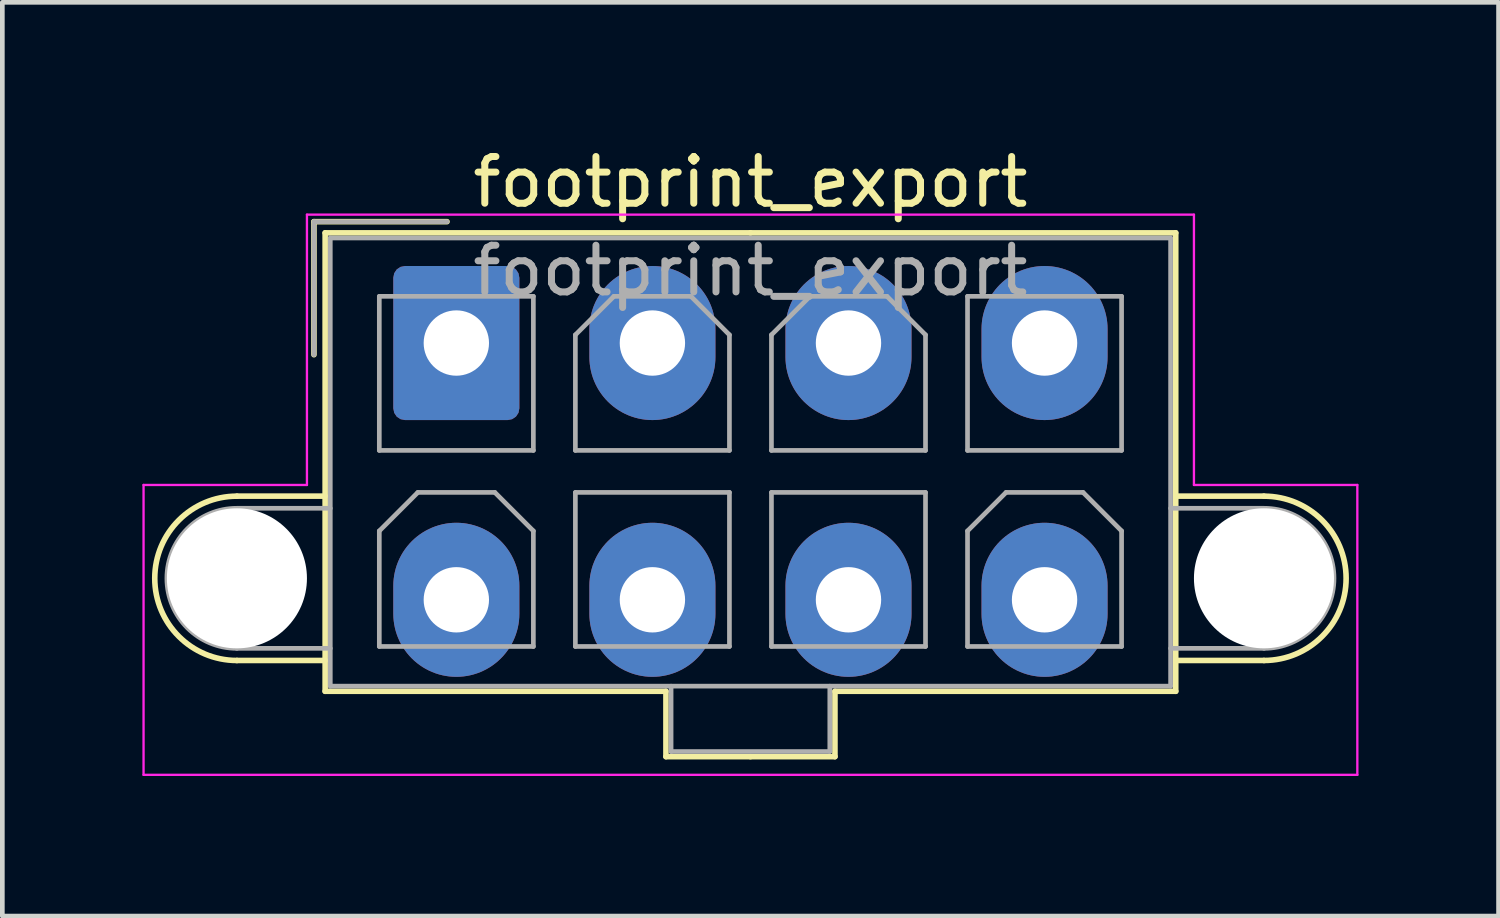
<source format=kicad_pcb>
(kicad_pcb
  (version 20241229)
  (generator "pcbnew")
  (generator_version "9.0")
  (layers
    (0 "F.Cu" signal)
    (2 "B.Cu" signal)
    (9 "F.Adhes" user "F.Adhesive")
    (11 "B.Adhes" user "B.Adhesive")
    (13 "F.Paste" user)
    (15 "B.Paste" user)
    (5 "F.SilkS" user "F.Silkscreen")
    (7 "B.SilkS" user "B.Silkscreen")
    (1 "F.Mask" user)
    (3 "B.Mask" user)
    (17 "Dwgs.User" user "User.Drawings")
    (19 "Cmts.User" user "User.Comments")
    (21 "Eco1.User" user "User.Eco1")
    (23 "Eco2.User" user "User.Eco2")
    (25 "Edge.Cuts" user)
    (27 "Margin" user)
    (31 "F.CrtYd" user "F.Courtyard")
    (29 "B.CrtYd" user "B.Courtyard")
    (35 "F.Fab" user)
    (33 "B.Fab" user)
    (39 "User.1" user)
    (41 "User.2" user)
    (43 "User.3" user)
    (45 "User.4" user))
  (footprint "footprint_export"
    (layer "F.Cu")
    (at 6.725 4.298)
    (property "Reference" "footprint_export" (at 6.3 -3.45 0) (layer "F.SilkS") (effects (font (size 1 1) (thickness 0.15))))
    (attr through_hole)
    (fp_line (start -4.7 3.28) (end -2.81 3.28) (stroke (width 0.12) (type solid)) (layer "F.SilkS"))
    (fp_line (start -4.7 6.8) (end -2.81 6.8) (stroke (width 0.12) (type solid)) (layer "F.SilkS"))
    (fp_line (start -3.05 -2.6) (end -3.05 0.25) (stroke (width 0.12) (type solid)) (layer "F.SilkS"))
    (fp_line (start -2.81 -2.36) (end -2.81 7.46) (stroke (width 0.12) (type solid)) (layer "F.SilkS"))
    (fp_line (start -2.81 7.46) (end 4.49 7.46) (stroke (width 0.12) (type solid)) (layer "F.SilkS"))
    (fp_line (start -0.2 -2.6) (end -3.05 -2.6) (stroke (width 0.12) (type solid)) (layer "F.SilkS"))
    (fp_line (start 4.49 7.46) (end 4.49 8.86) (stroke (width 0.12) (type solid)) (layer "F.SilkS"))
    (fp_line (start 4.49 8.86) (end 6.3 8.86) (stroke (width 0.12) (type solid)) (layer "F.SilkS"))
    (fp_line (start 6.3 -2.36) (end -2.81 -2.36) (stroke (width 0.12) (type solid)) (layer "F.SilkS"))
    (fp_line (start 6.3 -2.36) (end 15.41 -2.36) (stroke (width 0.12) (type solid)) (layer "F.SilkS"))
    (fp_line (start 8.11 7.46) (end 8.11 8.86) (stroke (width 0.12) (type solid)) (layer "F.SilkS"))
    (fp_line (start 8.11 8.86) (end 6.3 8.86) (stroke (width 0.12) (type solid)) (layer "F.SilkS"))
    (fp_line (start 15.41 -2.36) (end 15.41 7.46) (stroke (width 0.12) (type solid)) (layer "F.SilkS"))
    (fp_line (start 15.41 7.46) (end 8.11 7.46) (stroke (width 0.12) (type solid)) (layer "F.SilkS"))
    (fp_line (start 17.3 3.28) (end 15.41 3.28) (stroke (width 0.12) (type solid)) (layer "F.SilkS"))
    (fp_line (start 17.3 6.8) (end 15.41 6.8) (stroke (width 0.12) (type solid)) (layer "F.SilkS"))
    (fp_arc (start -4.7 6.8) (mid -6.46 5.04) (end -4.7 3.28) (stroke (width 0.12) (type solid)) (layer "F.SilkS"))
    (fp_arc (start 17.3 3.28) (mid 19.06 5.04) (end 17.3 6.8) (stroke (width 0.12) (type solid)) (layer "F.SilkS"))
    (fp_line (start -6.7 3.04) (end -6.7 9.25) (stroke (width 0.05) (type solid)) (layer "F.CrtYd"))
    (fp_line (start -6.7 9.25) (end 19.3 9.25) (stroke (width 0.05) (type solid)) (layer "F.CrtYd"))
    (fp_line (start -3.2 -2.75) (end -3.2 3.04) (stroke (width 0.05) (type solid)) (layer "F.CrtYd"))
    (fp_line (start -3.2 3.04) (end -6.7 3.04) (stroke (width 0.05) (type solid)) (layer "F.CrtYd"))
    (fp_line (start 15.8 -2.75) (end -3.2 -2.75) (stroke (width 0.05) (type solid)) (layer "F.CrtYd"))
    (fp_line (start 15.8 3.04) (end 15.8 -2.75) (stroke (width 0.05) (type solid)) (layer "F.CrtYd"))
    (fp_line (start 19.3 3.04) (end 15.8 3.04) (stroke (width 0.05) (type solid)) (layer "F.CrtYd"))
    (fp_line (start 19.3 9.25) (end 19.3 3.04) (stroke (width 0.05) (type solid)) (layer "F.CrtYd"))
    (fp_line (start -4.7 3.54) (end -2.7 3.54) (stroke (width 0.1) (type solid)) (layer "F.Fab"))
    (fp_line (start -4.7 6.54) (end -2.7 6.54) (stroke (width 0.1) (type solid)) (layer "F.Fab"))
    (fp_line (start -3.05 -2.6) (end -3.05 0.25) (stroke (width 0.1) (type solid)) (layer "F.Fab"))
    (fp_line (start -2.7 -2.25) (end -2.7 7.35) (stroke (width 0.1) (type solid)) (layer "F.Fab"))
    (fp_line (start -2.7 7.35) (end 15.3 7.35) (stroke (width 0.1) (type solid)) (layer "F.Fab"))
    (fp_line (start -1.65 -1) (end -1.65 2.3) (stroke (width 0.1) (type solid)) (layer "F.Fab"))
    (fp_line (start -1.65 2.3) (end 1.65 2.3) (stroke (width 0.1) (type solid)) (layer "F.Fab"))
    (fp_line (start -1.65 4.025) (end -0.825 3.2) (stroke (width 0.1) (type solid)) (layer "F.Fab"))
    (fp_line (start -1.65 6.5) (end -1.65 4.025) (stroke (width 0.1) (type solid)) (layer "F.Fab"))
    (fp_line (start -0.825 3.2) (end 0.825 3.2) (stroke (width 0.1) (type solid)) (layer "F.Fab"))
    (fp_line (start -0.2 -2.6) (end -3.05 -2.6) (stroke (width 0.1) (type solid)) (layer "F.Fab"))
    (fp_line (start 0.825 3.2) (end 1.65 4.025) (stroke (width 0.1) (type solid)) (layer "F.Fab"))
    (fp_line (start 1.65 -1) (end -1.65 -1) (stroke (width 0.1) (type solid)) (layer "F.Fab"))
    (fp_line (start 1.65 2.3) (end 1.65 -1) (stroke (width 0.1) (type solid)) (layer "F.Fab"))
    (fp_line (start 1.65 4.025) (end 1.65 6.5) (stroke (width 0.1) (type solid)) (layer "F.Fab"))
    (fp_line (start 1.65 6.5) (end -1.65 6.5) (stroke (width 0.1) (type solid)) (layer "F.Fab"))
    (fp_line (start 2.55 -0.175) (end 3.375 -1) (stroke (width 0.1) (type solid)) (layer "F.Fab"))
    (fp_line (start 2.55 2.3) (end 2.55 -0.175) (stroke (width 0.1) (type solid)) (layer "F.Fab"))
    (fp_line (start 2.55 3.2) (end 2.55 6.5) (stroke (width 0.1) (type solid)) (layer "F.Fab"))
    (fp_line (start 2.55 6.5) (end 5.85 6.5) (stroke (width 0.1) (type solid)) (layer "F.Fab"))
    (fp_line (start 3.375 -1) (end 5.025 -1) (stroke (width 0.1) (type solid)) (layer "F.Fab"))
    (fp_line (start 4.6 7.35) (end 4.6 8.75) (stroke (width 0.1) (type solid)) (layer "F.Fab"))
    (fp_line (start 4.6 8.75) (end 8 8.75) (stroke (width 0.1) (type solid)) (layer "F.Fab"))
    (fp_line (start 5.025 -1) (end 5.85 -0.175) (stroke (width 0.1) (type solid)) (layer "F.Fab"))
    (fp_line (start 5.85 -0.175) (end 5.85 2.3) (stroke (width 0.1) (type solid)) (layer "F.Fab"))
    (fp_line (start 5.85 2.3) (end 2.55 2.3) (stroke (width 0.1) (type solid)) (layer "F.Fab"))
    (fp_line (start 5.85 3.2) (end 2.55 3.2) (stroke (width 0.1) (type solid)) (layer "F.Fab"))
    (fp_line (start 5.85 6.5) (end 5.85 3.2) (stroke (width 0.1) (type solid)) (layer "F.Fab"))
    (fp_line (start 6.75 -0.175) (end 7.575 -1) (stroke (width 0.1) (type solid)) (layer "F.Fab"))
    (fp_line (start 6.75 2.3) (end 6.75 -0.175) (stroke (width 0.1) (type solid)) (layer "F.Fab"))
    (fp_line (start 6.75 3.2) (end 6.75 6.5) (stroke (width 0.1) (type solid)) (layer "F.Fab"))
    (fp_line (start 6.75 6.5) (end 10.05 6.5) (stroke (width 0.1) (type solid)) (layer "F.Fab"))
    (fp_line (start 7.575 -1) (end 9.225 -1) (stroke (width 0.1) (type solid)) (layer "F.Fab"))
    (fp_line (start 8 8.75) (end 8 7.35) (stroke (width 0.1) (type solid)) (layer "F.Fab"))
    (fp_line (start 9.225 -1) (end 10.05 -0.175) (stroke (width 0.1) (type solid)) (layer "F.Fab"))
    (fp_line (start 10.05 -0.175) (end 10.05 2.3) (stroke (width 0.1) (type solid)) (layer "F.Fab"))
    (fp_line (start 10.05 2.3) (end 6.75 2.3) (stroke (width 0.1) (type solid)) (layer "F.Fab"))
    (fp_line (start 10.05 3.2) (end 6.75 3.2) (stroke (width 0.1) (type solid)) (layer "F.Fab"))
    (fp_line (start 10.05 6.5) (end 10.05 3.2) (stroke (width 0.1) (type solid)) (layer "F.Fab"))
    (fp_line (start 10.95 -1) (end 10.95 2.3) (stroke (width 0.1) (type solid)) (layer "F.Fab"))
    (fp_line (start 10.95 2.3) (end 14.25 2.3) (stroke (width 0.1) (type solid)) (layer "F.Fab"))
    (fp_line (start 10.95 4.025) (end 11.775 3.2) (stroke (width 0.1) (type solid)) (layer "F.Fab"))
    (fp_line (start 10.95 6.5) (end 10.95 4.025) (stroke (width 0.1) (type solid)) (layer "F.Fab"))
    (fp_line (start 11.775 3.2) (end 13.425 3.2) (stroke (width 0.1) (type solid)) (layer "F.Fab"))
    (fp_line (start 13.425 3.2) (end 14.25 4.025) (stroke (width 0.1) (type solid)) (layer "F.Fab"))
    (fp_line (start 14.25 -1) (end 10.95 -1) (stroke (width 0.1) (type solid)) (layer "F.Fab"))
    (fp_line (start 14.25 2.3) (end 14.25 -1) (stroke (width 0.1) (type solid)) (layer "F.Fab"))
    (fp_line (start 14.25 4.025) (end 14.25 6.5) (stroke (width 0.1) (type solid)) (layer "F.Fab"))
    (fp_line (start 14.25 6.5) (end 10.95 6.5) (stroke (width 0.1) (type solid)) (layer "F.Fab"))
    (fp_line (start 15.3 -2.25) (end -2.7 -2.25) (stroke (width 0.1) (type solid)) (layer "F.Fab"))
    (fp_line (start 15.3 7.35) (end 15.3 -2.25) (stroke (width 0.1) (type solid)) (layer "F.Fab"))
    (fp_line (start 17.3 3.54) (end 15.3 3.54) (stroke (width 0.1) (type solid)) (layer "F.Fab"))
    (fp_line (start 17.3 6.54) (end 15.3 6.54) (stroke (width 0.1) (type solid)) (layer "F.Fab"))
    (fp_arc (start -4.7 6.54) (mid -6.2 5.04) (end -4.7 3.54) (stroke (width 0.1) (type solid)) (layer "F.Fab"))
    (fp_arc (start 17.3 3.54) (mid 18.8 5.04) (end 17.3 6.54) (stroke (width 0.1) (type solid)) (layer "F.Fab"))
    (fp_text user "${REFERENCE}" (at 6.3 -1.55 0) (layer "F.Fab") (effects (font (size 1 1) (thickness 0.15))))
    (pad "" np_thru_hole circle (at -4.7 5.04) (size 3 3) (drill 3) (layers "*.Cu" "*.Mask"))
    (pad "" np_thru_hole circle (at 17.3 5.04) (size 3 3) (drill 3) (layers "*.Cu" "*.Mask"))
    (pad "1" thru_hole roundrect (at 0 0) (size 2.7 3.3) (drill 1.4) (layers "*.Cu" "*.Mask") (roundrect_rratio 0.093))
    (pad "2" thru_hole oval (at 4.2 0) (size 2.7 3.3) (drill 1.4) (layers "*.Cu" "*.Mask"))
    (pad "3" thru_hole oval (at 8.4 0) (size 2.7 3.3) (drill 1.4) (layers "*.Cu" "*.Mask"))
    (pad "4" thru_hole oval (at 12.6 0) (size 2.7 3.3) (drill 1.4) (layers "*.Cu" "*.Mask"))
    (pad "5" thru_hole oval (at 0 5.5) (size 2.7 3.3) (drill 1.4) (layers "*.Cu" "*.Mask"))
    (pad "6" thru_hole oval (at 4.2 5.5) (size 2.7 3.3) (drill 1.4) (layers "*.Cu" "*.Mask"))
    (pad "7" thru_hole oval (at 8.4 5.5) (size 2.7 3.3) (drill 1.4) (layers "*.Cu" "*.Mask"))
    (pad "8" thru_hole oval (at 12.6 5.5) (size 2.7 3.3) (drill 1.4) (layers "*.Cu" "*.Mask")))
  (gr_rect
    (start -3 -3)
    (end 29.05 16.573)
    (stroke (width 0.1) (type default))
    (fill no)
    (layer "Edge.Cuts")))
</source>
